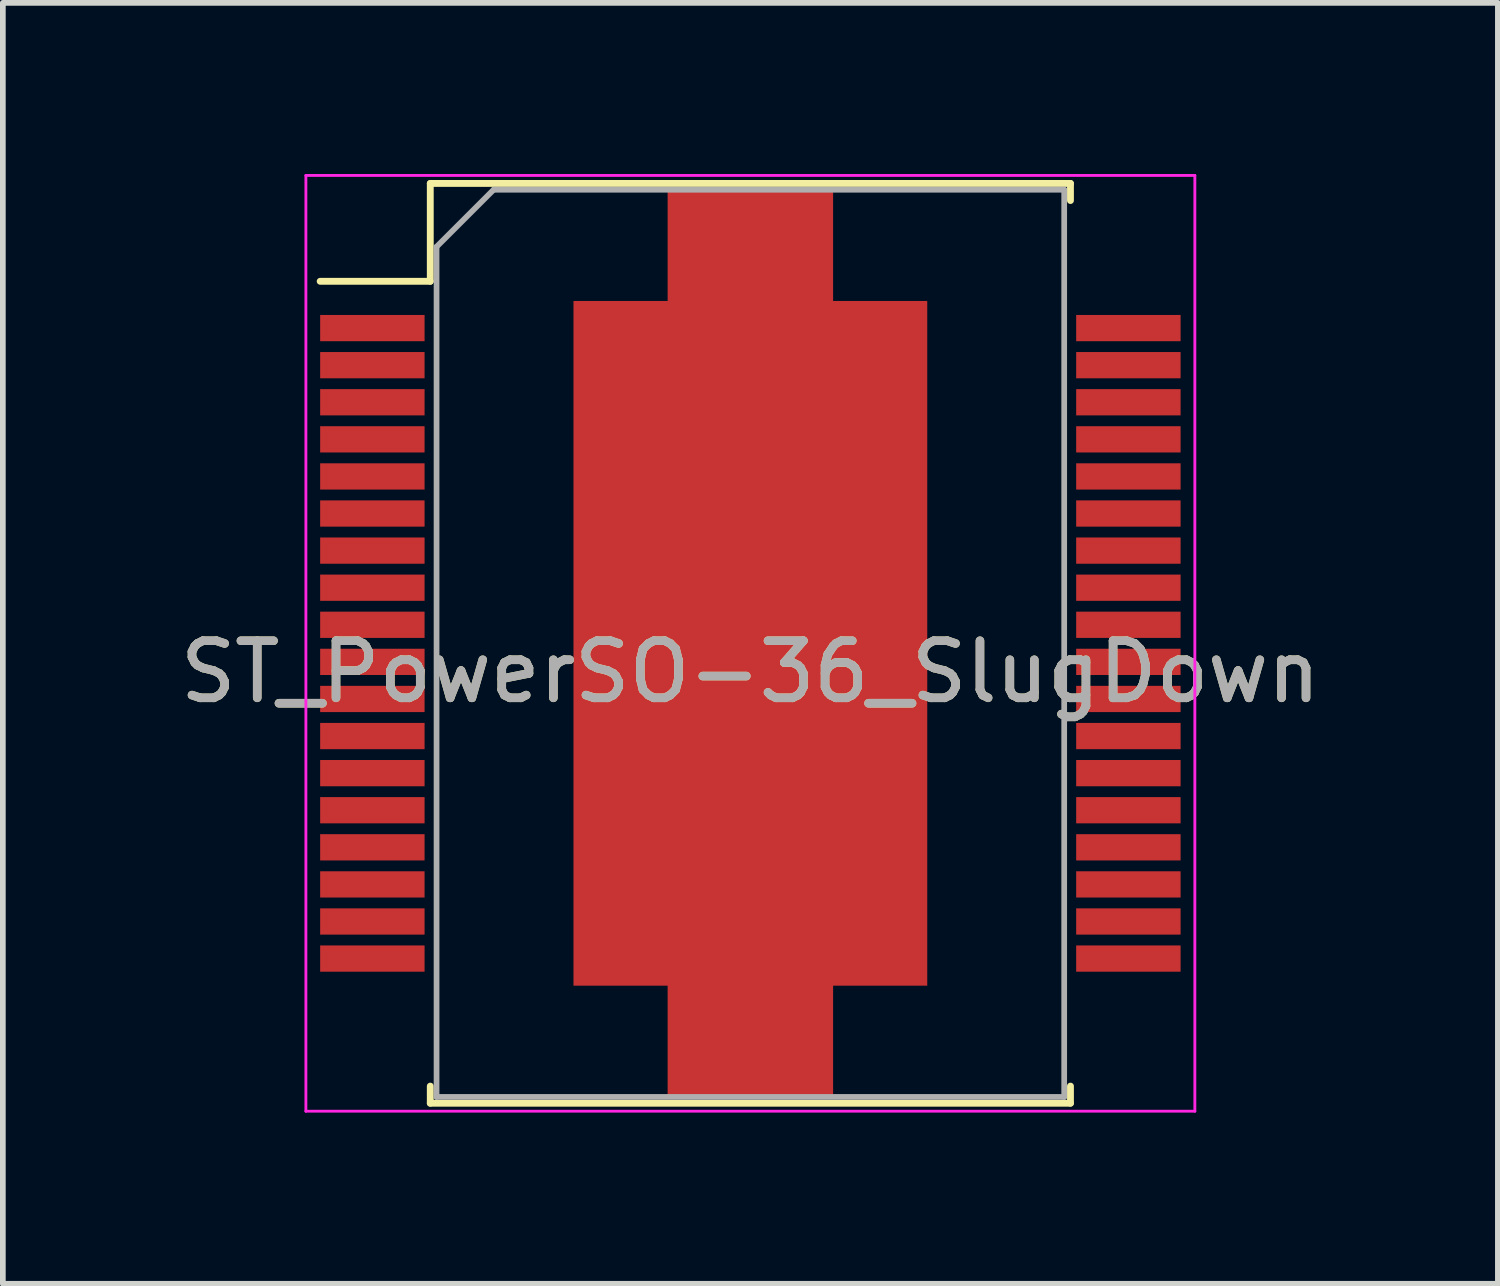
<source format=kicad_pcb>
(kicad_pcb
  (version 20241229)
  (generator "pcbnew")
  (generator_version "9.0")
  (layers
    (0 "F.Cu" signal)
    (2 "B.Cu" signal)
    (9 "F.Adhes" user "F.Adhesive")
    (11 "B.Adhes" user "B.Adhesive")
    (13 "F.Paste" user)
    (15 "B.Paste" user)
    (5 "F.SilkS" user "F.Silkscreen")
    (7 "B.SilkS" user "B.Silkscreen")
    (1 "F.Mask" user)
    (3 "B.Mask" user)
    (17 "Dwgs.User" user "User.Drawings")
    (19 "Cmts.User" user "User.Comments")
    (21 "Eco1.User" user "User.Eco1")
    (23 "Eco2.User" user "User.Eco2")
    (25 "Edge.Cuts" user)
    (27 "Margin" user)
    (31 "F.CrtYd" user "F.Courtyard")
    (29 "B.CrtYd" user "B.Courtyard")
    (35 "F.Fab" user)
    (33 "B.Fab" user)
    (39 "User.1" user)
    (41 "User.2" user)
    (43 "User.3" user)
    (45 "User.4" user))
  (footprint "ST_PowerSO-36_SlugDown"
    (layer "F.Cu")
    (at 10.101 8.225)
    (property "Reference" "ST_PowerSO-36_SlugDown" (at 0 0.5 0) (layer "F.SilkS") (effects (font (size 1 1) (thickness 0.15))))
    (attr smd)
    (fp_line (start -7.54 -6.345) (end -5.61 -6.345) (stroke (width 0.12) (type solid)) (layer "F.SilkS"))
    (fp_line (start -5.61 -8.06) (end 5.61 -8.06) (stroke (width 0.12) (type solid)) (layer "F.SilkS"))
    (fp_line (start -5.61 -6.345) (end -5.61 -8.06) (stroke (width 0.12) (type solid)) (layer "F.SilkS"))
    (fp_line (start -5.61 7.76) (end -5.61 8.06) (stroke (width 0.12) (type solid)) (layer "F.SilkS"))
    (fp_line (start -5.61 8.06) (end 5.61 8.06) (stroke (width 0.12) (type solid)) (layer "F.SilkS"))
    (fp_line (start 5.61 -8.06) (end 5.61 -7.76) (stroke (width 0.12) (type solid)) (layer "F.SilkS"))
    (fp_line (start 5.61 8.06) (end 5.61 7.76) (stroke (width 0.12) (type solid)) (layer "F.SilkS"))
    (fp_line (start -7.79 -8.2) (end -7.79 8.2) (stroke (width 0.05) (type solid)) (layer "F.CrtYd"))
    (fp_line (start -7.79 8.2) (end 7.79 8.2) (stroke (width 0.05) (type solid)) (layer "F.CrtYd"))
    (fp_line (start 7.79 -8.2) (end -7.79 -8.2) (stroke (width 0.05) (type solid)) (layer "F.CrtYd"))
    (fp_line (start 7.79 8.2) (end 7.79 -8.2) (stroke (width 0.05) (type solid)) (layer "F.CrtYd"))
    (fp_line (start -5.5 -6.95) (end -5.5 7.95) (stroke (width 0.1) (type solid)) (layer "F.Fab"))
    (fp_line (start -5.5 -6.95) (end -4.5 -7.95) (stroke (width 0.1) (type solid)) (layer "F.Fab"))
    (fp_line (start -5.5 7.95) (end 5.5 7.95) (stroke (width 0.1) (type solid)) (layer "F.Fab"))
    (fp_line (start 5.5 -7.95) (end -4.5 -7.95) (stroke (width 0.1) (type solid)) (layer "F.Fab"))
    (fp_line (start 5.5 7.95) (end 5.5 -7.95) (stroke (width 0.1) (type solid)) (layer "F.Fab"))
    (fp_text user "${REFERENCE}" (at 0 0.5 0) (layer "F.Fab") (effects (font (size 1 1) (thickness 0.15))))
    (pad "0" smd custom (at 0 0 90) (size 0.45 1.6) (layers "F.Cu" "F.Mask" "F.Paste") (options (anchor rect)) (primitives (gr_poly (pts (xy 6 -3.1) (xy 6 -1.45) (xy 7.95 -1.45) (xy 7.95 1.45) (xy 6 1.45) (xy 6 3.1) (xy -6 3.1) (xy -6 1.45) (xy -7.95 1.45) (xy -7.95 -1.45) (xy -6 -1.45) (xy -6 -3.1)) (width 0) (fill yes))))
    (pad "01" smd rect (at -6.625 -5.525 90) (size 0.46 1.83) (layers "F.Cu" "F.Mask" "F.Paste"))
    (pad "02" smd rect (at -6.625 -4.875 90) (size 0.46 1.83) (layers "F.Cu" "F.Mask" "F.Paste"))
    (pad "03" smd rect (at -6.625 -4.225 90) (size 0.46 1.83) (layers "F.Cu" "F.Mask" "F.Paste"))
    (pad "04" smd rect (at -6.625 -3.575 90) (size 0.46 1.83) (layers "F.Cu" "F.Mask" "F.Paste"))
    (pad "05" smd rect (at -6.625 -2.925 90) (size 0.46 1.83) (layers "F.Cu" "F.Mask" "F.Paste"))
    (pad "06" smd rect (at -6.625 -2.275 90) (size 0.46 1.83) (layers "F.Cu" "F.Mask" "F.Paste"))
    (pad "07" smd rect (at -6.625 -1.625 90) (size 0.46 1.83) (layers "F.Cu" "F.Mask" "F.Paste"))
    (pad "08" smd rect (at -6.625 -0.975 90) (size 0.46 1.83) (layers "F.Cu" "F.Mask" "F.Paste"))
    (pad "09" smd rect (at -6.625 -0.325 90) (size 0.46 1.83) (layers "F.Cu" "F.Mask" "F.Paste"))
    (pad "10" smd rect (at -6.625 0.325 90) (size 0.46 1.83) (layers "F.Cu" "F.Mask" "F.Paste"))
    (pad "11" smd rect (at -6.625 0.975 90) (size 0.46 1.83) (layers "F.Cu" "F.Mask" "F.Paste"))
    (pad "12" smd rect (at -6.625 1.625 90) (size 0.46 1.83) (layers "F.Cu" "F.Mask" "F.Paste"))
    (pad "13" smd rect (at -6.625 2.275 90) (size 0.46 1.83) (layers "F.Cu" "F.Mask" "F.Paste"))
    (pad "14" smd rect (at -6.625 2.925 90) (size 0.46 1.83) (layers "F.Cu" "F.Mask" "F.Paste"))
    (pad "15" smd rect (at -6.625 3.575 90) (size 0.46 1.83) (layers "F.Cu" "F.Mask" "F.Paste"))
    (pad "16" smd rect (at -6.625 4.225 90) (size 0.46 1.83) (layers "F.Cu" "F.Mask" "F.Paste"))
    (pad "17" smd rect (at -6.625 4.875 90) (size 0.46 1.83) (layers "F.Cu" "F.Mask" "F.Paste"))
    (pad "18" smd rect (at -6.625 5.525 90) (size 0.46 1.83) (layers "F.Cu" "F.Mask" "F.Paste"))
    (pad "19" smd rect (at 6.625 0.325 90) (size 0.46 1.83) (layers "F.Cu" "F.Mask" "F.Paste"))
    (pad "20" smd rect (at 6.625 0.975 90) (size 0.46 1.83) (layers "F.Cu" "F.Mask" "F.Paste"))
    (pad "21" smd rect (at 6.625 1.625 90) (size 0.46 1.83) (layers "F.Cu" "F.Mask" "F.Paste"))
    (pad "22" smd rect (at 6.625 2.275 90) (size 0.46 1.83) (layers "F.Cu" "F.Mask" "F.Paste"))
    (pad "23" smd rect (at 6.625 2.925 90) (size 0.46 1.83) (layers "F.Cu" "F.Mask" "F.Paste"))
    (pad "24" smd rect (at 6.625 3.575 90) (size 0.46 1.83) (layers "F.Cu" "F.Mask" "F.Paste"))
    (pad "25" smd rect (at 6.625 4.225 90) (size 0.46 1.83) (layers "F.Cu" "F.Mask" "F.Paste"))
    (pad "26" smd rect (at 6.625 4.875 90) (size 0.46 1.83) (layers "F.Cu" "F.Mask" "F.Paste"))
    (pad "27" smd rect (at 6.625 5.525 90) (size 0.46 1.83) (layers "F.Cu" "F.Mask" "F.Paste"))
    (pad "28" smd rect (at 6.625 -0.325 90) (size 0.46 1.83) (layers "F.Cu" "F.Mask" "F.Paste"))
    (pad "29" smd rect (at 6.625 -0.975 90) (size 0.46 1.83) (layers "F.Cu" "F.Mask" "F.Paste"))
    (pad "30" smd rect (at 6.625 -1.625 90) (size 0.46 1.83) (layers "F.Cu" "F.Mask" "F.Paste"))
    (pad "31" smd rect (at 6.625 -2.275 90) (size 0.46 1.83) (layers "F.Cu" "F.Mask" "F.Paste"))
    (pad "32" smd rect (at 6.625 -2.925 90) (size 0.46 1.83) (layers "F.Cu" "F.Mask" "F.Paste"))
    (pad "33" smd rect (at 6.625 -3.575 90) (size 0.46 1.83) (layers "F.Cu" "F.Mask" "F.Paste"))
    (pad "34" smd rect (at 6.625 -4.225 90) (size 0.46 1.83) (layers "F.Cu" "F.Mask" "F.Paste"))
    (pad "35" smd rect (at 6.625 -4.875 90) (size 0.46 1.83) (layers "F.Cu" "F.Mask" "F.Paste"))
    (pad "36" smd rect (at 6.625 -5.525 90) (size 0.46 1.83) (layers "F.Cu" "F.Mask" "F.Paste")))
  (gr_rect
    (start -3 -3)
    (end 23.202 19.45)
    (stroke (width 0.1) (type default))
    (fill no)
    (layer "Edge.Cuts")))
</source>
